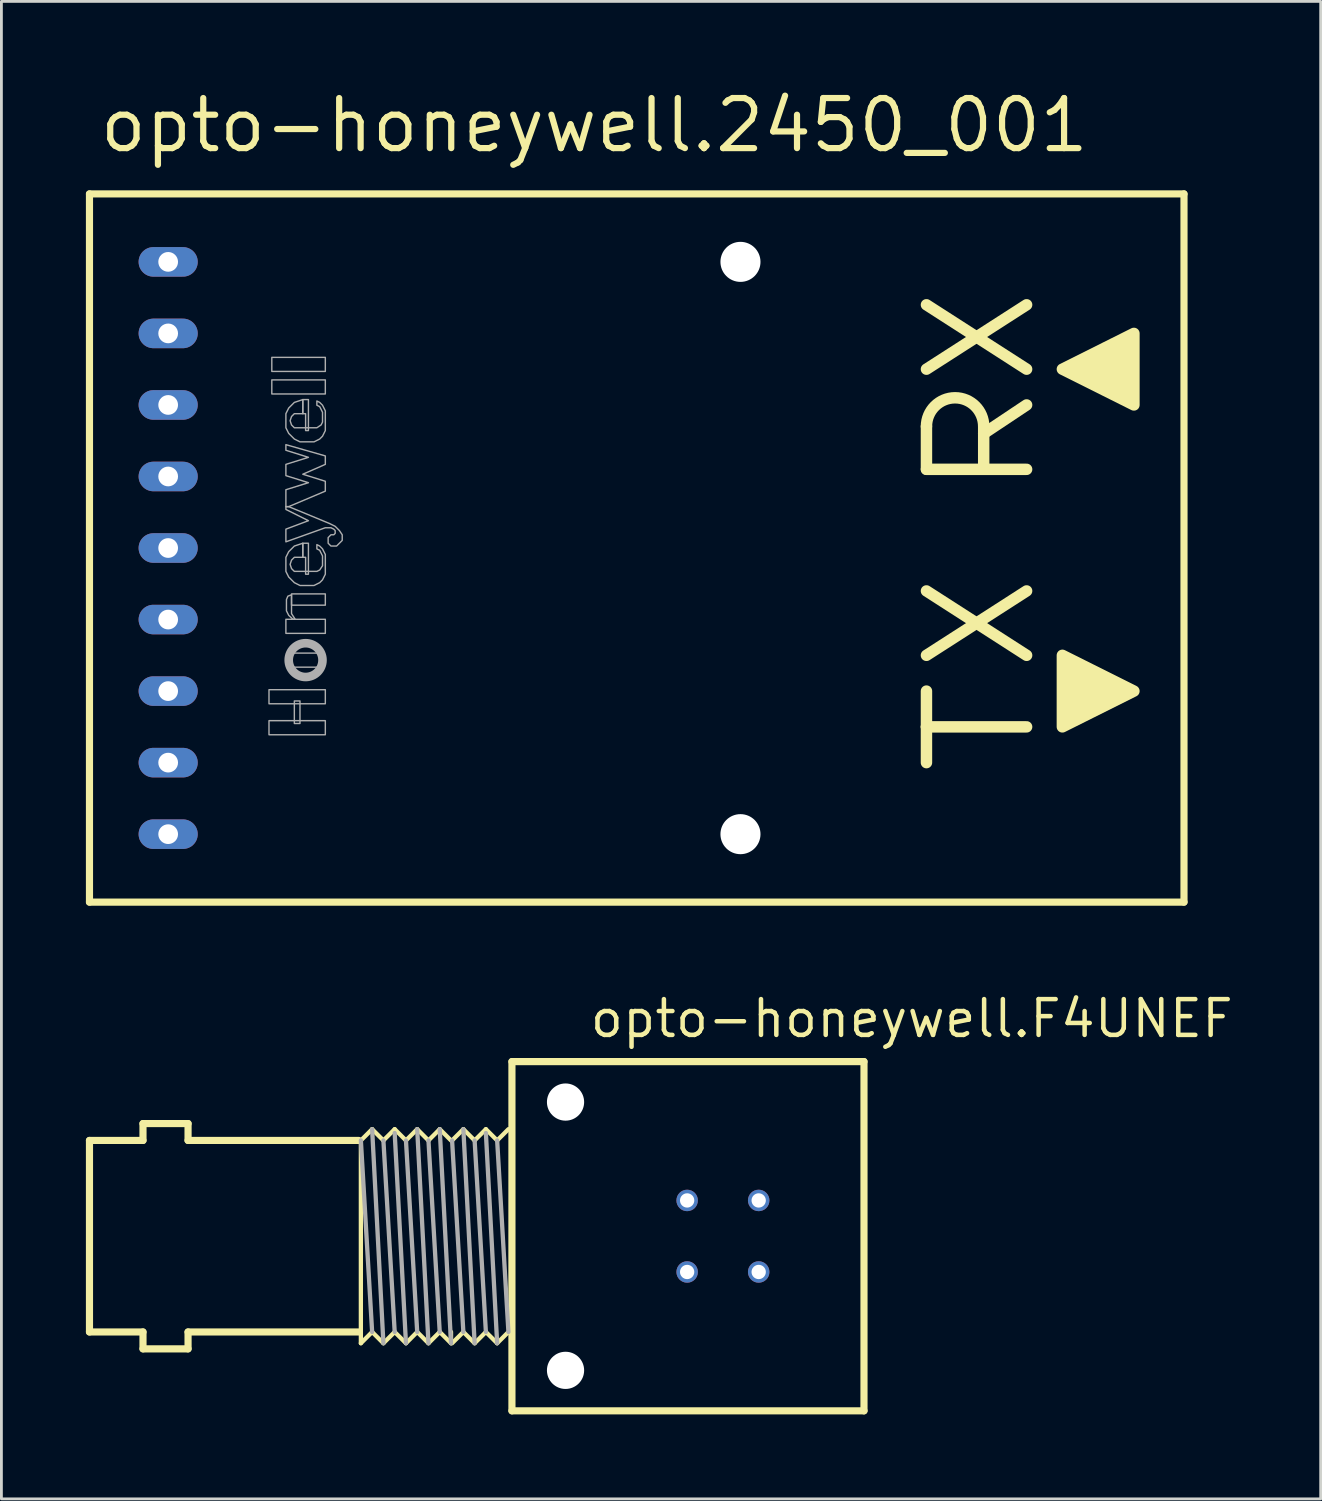
<source format=kicad_pcb>
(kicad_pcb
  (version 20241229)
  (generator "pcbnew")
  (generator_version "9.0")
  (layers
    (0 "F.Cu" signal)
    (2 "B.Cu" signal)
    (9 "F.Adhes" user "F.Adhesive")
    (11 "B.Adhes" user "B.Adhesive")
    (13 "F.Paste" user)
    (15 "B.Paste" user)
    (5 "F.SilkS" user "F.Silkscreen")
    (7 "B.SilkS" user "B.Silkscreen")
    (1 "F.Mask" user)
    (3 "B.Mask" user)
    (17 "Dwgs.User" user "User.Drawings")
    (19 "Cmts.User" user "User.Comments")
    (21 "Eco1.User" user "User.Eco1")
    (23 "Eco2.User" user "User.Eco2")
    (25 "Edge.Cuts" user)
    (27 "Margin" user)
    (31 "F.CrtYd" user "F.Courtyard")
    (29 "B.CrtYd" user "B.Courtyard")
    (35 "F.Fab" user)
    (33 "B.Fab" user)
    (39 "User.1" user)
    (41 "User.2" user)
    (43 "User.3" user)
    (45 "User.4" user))
  (footprint "opto-honeywell.2450_001"
    (layer "F.Cu")
    (at 18.161 16.408)
    (property "Reference" "opto-honeywell.2450_001" (at -17.78 -13.97 0) (layer "F.SilkS") (effects (font (size 1.778 1.778) (thickness 0.22)) (justify left bottom)))
    (attr through_hole)
    (fp_line (start -18.034 -12.573) (end 20.828 -12.573) (stroke (width 0.254) (type default)) (layer "F.SilkS"))
    (fp_line (start -18.034 12.573) (end -18.034 -12.573) (stroke (width 0.254) (type default)) (layer "F.SilkS"))
    (fp_line (start 11.684 -6.35) (end 15.24 -8.636) (stroke (width 0.406) (type default)) (layer "F.SilkS"))
    (fp_line (start 11.684 -2.794) (end 11.684 -4.318) (stroke (width 0.406) (type default)) (layer "F.SilkS"))
    (fp_line (start 11.684 1.524) (end 15.24 3.81) (stroke (width 0.406) (type default)) (layer "F.SilkS"))
    (fp_line (start 11.684 3.81) (end 15.24 1.524) (stroke (width 0.406) (type default)) (layer "F.SilkS"))
    (fp_line (start 11.684 6.35) (end 11.684 5.08) (stroke (width 0.406) (type default)) (layer "F.SilkS"))
    (fp_line (start 11.684 6.35) (end 15.24 6.35) (stroke (width 0.406) (type default)) (layer "F.SilkS"))
    (fp_line (start 11.684 7.62) (end 11.684 6.35) (stroke (width 0.406) (type default)) (layer "F.SilkS"))
    (fp_line (start 13.716 -4.318) (end 13.716 -4.064) (stroke (width 0.406) (type default)) (layer "F.SilkS"))
    (fp_line (start 13.716 -4.064) (end 13.716 -2.794) (stroke (width 0.406) (type default)) (layer "F.SilkS"))
    (fp_line (start 13.716 -4.064) (end 15.24 -5.08) (stroke (width 0.406) (type default)) (layer "F.SilkS"))
    (fp_line (start 13.716 -2.794) (end 11.684 -2.794) (stroke (width 0.406) (type default)) (layer "F.SilkS"))
    (fp_line (start 15.24 -6.35) (end 11.684 -8.636) (stroke (width 0.406) (type default)) (layer "F.SilkS"))
    (fp_line (start 15.24 -2.794) (end 13.716 -2.794) (stroke (width 0.406) (type default)) (layer "F.SilkS"))
    (fp_line (start 20.828 -12.573) (end 20.828 12.573) (stroke (width 0.254) (type default)) (layer "F.SilkS"))
    (fp_line (start 20.828 12.573) (end -18.034 12.573) (stroke (width 0.254) (type default)) (layer "F.SilkS"))
    (fp_arc (start 11.684 -4.318) (mid 12.7 -5.334) (end 13.716 -4.318) (stroke (width 0.4064) (type default)) (layer "F.SilkS"))
    (fp_poly (pts (xy 16.51 6.35) (xy 19.05 5.08) (xy 16.51 3.81)) (stroke (width 0.406) (type default)) (fill yes) (layer "F.SilkS"))
    (fp_poly (pts (xy 19.05 -7.62) (xy 16.51 -6.35) (xy 19.05 -5.08)) (stroke (width 0.406) (type default)) (fill yes) (layer "F.SilkS"))
    (fp_rect (start -11.66 5.53) (end -9.66 5.03) (stroke (width 0.05) (type default)) (fill no) (layer "F.Fab"))
    (fp_rect (start -11.66 6.63) (end -9.66 6.13) (stroke (width 0.05) (type default)) (fill no) (layer "F.Fab"))
    (fp_rect (start -11.56 -6.27) (end -9.66 -6.77) (stroke (width 0.05) (type default)) (fill no) (layer "F.Fab"))
    (fp_rect (start -11.56 -5.47) (end -9.66 -5.97) (stroke (width 0.05) (type default)) (fill no) (layer "F.Fab"))
    (fp_rect (start -11.06 3.03) (end -9.66 2.53) (stroke (width 0.05) (type default)) (fill no) (layer "F.Fab"))
    (fp_rect (start -10.86 2.03) (end -9.66 1.63) (stroke (width 0.05) (type default)) (fill no) (layer "F.Fab"))
    (fp_rect (start -10.81 3.73) (end -9.91 3.48) (stroke (width 0.05) (type default)) (fill no) (layer "F.Fab"))
    (fp_rect (start -10.81 4.48) (end -9.91 4.23) (stroke (width 0.05) (type default)) (fill no) (layer "F.Fab"))
    (fp_rect (start -10.76 6.23) (end -10.56 5.43) (stroke (width 0.05) (type default)) (fill no) (layer "F.Fab"))
    (fp_circle (center -10.36 3.98) (end -9.76 3.98) (stroke (width 0.305) (type default)) (fill no) (layer "F.Fab"))
    (fp_poly (pts (xy -10.26 -5.27) (xy -10.46 -5.27) (xy -10.46 -4.77) (xy -10.36 -4.77) (xy -10.36 -4.17) (xy -10.26 -4.17)) (stroke (width 0.05) (type default)) (fill no) (layer "F.Fab"))
    (fp_poly (pts (xy -10.26 -0.17) (xy -10.46 -0.17) (xy -10.46 0.33) (xy -10.36 0.33) (xy -10.36 0.93) (xy -10.26 0.93)) (stroke (width 0.05) (type default)) (fill no) (layer "F.Fab"))
    (fp_poly (pts (xy -10.73 2.53) (xy -10.86 2.33) (xy -10.86 1.66) (xy -10.99 1.71) (xy -11.04 1.83) (xy -11.04 2.23) (xy -10.96 2.39) (xy -10.81 2.53)) (stroke (width 0.05) (type default)) (fill no) (layer "F.Fab"))
    (fp_poly (pts (xy -11.06 -1.47) (xy -10.96 -1.47) (xy -9.66 -2.02) (xy -9.66 -2.37) (xy -10.46 -2.62) (xy -9.66 -2.97) (xy -9.66 -3.27) (xy -11.06 -3.67) (xy -11.06 -3.47) (xy -10.26 -3.22) (xy -11.06 -2.97) (xy -11.06 -2.57) (xy -10.26 -2.32) (xy -11.06 -2.07)) (stroke (width 0.05) (type default)) (fill no) (layer "F.Fab"))
    (fp_poly (pts (xy -11.06 -0.22) (xy -9.66 -0.72) (xy -9.46 -0.72) (xy -9.36 -0.67) (xy -9.31 -0.62) (xy -9.31 -0.52) (xy -9.36 -0.47) (xy -9.46 -0.47) (xy -9.56 -0.37) (xy -9.56 -0.17) (xy -9.46 -0.07) (xy -9.26 -0.07) (xy -9.06 -0.27) (xy -9.06 -0.47) (xy -9.16 -0.62) (xy -9.31 -0.77) (xy -9.51 -0.87) (xy -10.96 -1.47) (xy -11.06 -1.47) (xy -11.06 -1.37) (xy -10.26 -0.97) (xy -11.06 -0.67)) (stroke (width 0.05) (type default)) (fill no) (layer "F.Fab"))
    (fp_poly (pts (xy -10.46 -5.27) (xy -10.76 -5.17) (xy -10.96 -4.97) (xy -11.06 -4.77) (xy -11.06 -4.27) (xy -10.96 -4.07) (xy -10.76 -3.87) (xy -10.56 -3.77) (xy -10.06 -3.77) (xy -9.86 -3.87) (xy -9.76 -3.97) (xy -9.66 -4.17) (xy -9.66 -4.87) (xy -9.76 -5.07) (xy -9.86 -5.17) (xy -9.96 -5.22) (xy -9.96 -5.07) (xy -9.86 -5.02) (xy -9.76 -4.82) (xy -9.76 -4.47) (xy -9.81 -4.37) (xy -9.96 -4.27) (xy -10.76 -4.27) (xy -10.86 -4.37) (xy -10.91 -4.52) (xy -10.86 -4.67) (xy -10.76 -4.77) (xy -10.46 -4.77)) (stroke (width 0.05) (type default)) (fill no) (layer "F.Fab"))
    (fp_poly (pts (xy -10.46 -0.17) (xy -10.76 -0.07) (xy -10.96 0.13) (xy -11.06 0.33) (xy -11.06 0.83) (xy -10.96 1.03) (xy -10.76 1.23) (xy -10.56 1.33) (xy -10.06 1.33) (xy -9.86 1.23) (xy -9.76 1.13) (xy -9.66 0.93) (xy -9.66 0.23) (xy -9.76 0.03) (xy -9.86 -0.07) (xy -9.96 -0.12) (xy -9.96 0.03) (xy -9.86 0.08) (xy -9.76 0.28) (xy -9.76 0.63) (xy -9.86 0.78) (xy -9.96 0.83) (xy -10.76 0.83) (xy -10.86 0.73) (xy -10.91 0.58) (xy -10.86 0.43) (xy -10.76 0.33) (xy -10.46 0.33)) (stroke (width 0.05) (type default)) (fill no) (layer "F.Fab"))
    (pad "" np_thru_hole circle (at 5.08 -10.16) (size 1.422 1.422) (drill 1.422) (layers "*.Cu" "*.Mask"))
    (pad "" np_thru_hole circle (at 5.08 10.16) (size 1.422 1.422) (drill 1.422) (layers "*.Cu" "*.Mask"))
    (pad "1" thru_hole oval (at -15.24 -10.16) (size 2.1 1.05) (drill 0.7) (layers "*.Cu" "*.Mask"))
    (pad "2" thru_hole oval (at -15.24 -7.62) (size 2.1 1.05) (drill 0.7) (layers "*.Cu" "*.Mask"))
    (pad "3" thru_hole oval (at -15.24 -5.08) (size 2.1 1.05) (drill 0.7) (layers "*.Cu" "*.Mask"))
    (pad "4" thru_hole oval (at -15.24 -2.54) (size 2.1 1.05) (drill 0.7) (layers "*.Cu" "*.Mask"))
    (pad "5" thru_hole oval (at -15.24 0) (size 2.1 1.05) (drill 0.7) (layers "*.Cu" "*.Mask"))
    (pad "6" thru_hole oval (at -15.24 2.54) (size 2.1 1.05) (drill 0.7) (layers "*.Cu" "*.Mask"))
    (pad "7" thru_hole oval (at -15.24 5.08) (size 2.1 1.05) (drill 0.7) (layers "*.Cu" "*.Mask"))
    (pad "8" thru_hole oval (at -15.24 7.62) (size 2.1 1.05) (drill 0.7) (layers "*.Cu" "*.Mask"))
    (pad "9" thru_hole oval (at -15.24 10.16) (size 2.1 1.05) (drill 0.7) (layers "*.Cu" "*.Mask")))
  (footprint "opto-honeywell.F4UNEF"
    (layer "F.Cu")
    (at 17.182 40.843)
    (property "Reference" "opto-honeywell.F4UNEF" (at 0.635 -6.985 0) (layer "F.SilkS") (effects (font (size 1.27 1.27) (thickness 0.16)) (justify left bottom)))
    (attr through_hole)
    (fp_line (start -17.055 -3.4) (end -15.155 -3.4) (stroke (width 0.254) (type default)) (layer "F.SilkS"))
    (fp_line (start -17.055 3.4) (end -17.055 -3.4) (stroke (width 0.254) (type default)) (layer "F.SilkS"))
    (fp_line (start -15.155 -4) (end -13.555 -4) (stroke (width 0.254) (type default)) (layer "F.SilkS"))
    (fp_line (start -15.155 -3.4) (end -15.155 -4) (stroke (width 0.254) (type default)) (layer "F.SilkS"))
    (fp_line (start -15.155 3.4) (end -17.055 3.4) (stroke (width 0.254) (type default)) (layer "F.SilkS"))
    (fp_line (start -15.155 4) (end -15.155 3.4) (stroke (width 0.254) (type default)) (layer "F.SilkS"))
    (fp_line (start -13.555 -4) (end -13.555 -3.4) (stroke (width 0.254) (type default)) (layer "F.SilkS"))
    (fp_line (start -13.555 -3.4) (end -7.493 -3.4) (stroke (width 0.254) (type default)) (layer "F.SilkS"))
    (fp_line (start -13.555 3.4) (end -13.555 4) (stroke (width 0.254) (type default)) (layer "F.SilkS"))
    (fp_line (start -13.555 4) (end -15.155 4) (stroke (width 0.254) (type default)) (layer "F.SilkS"))
    (fp_line (start -7.493 3.4) (end -13.555 3.4) (stroke (width 0.254) (type default)) (layer "F.SilkS"))
    (fp_line (start -7.419 -3.4) (end -7.019 -3.8) (stroke (width 0.152) (type default)) (layer "F.SilkS"))
    (fp_line (start -7.419 3.8) (end -7.419 -3.331) (stroke (width 0.152) (type default)) (layer "F.SilkS"))
    (fp_line (start -7.419 3.8) (end -7.019 3.4) (stroke (width 0.152) (type default)) (layer "F.SilkS"))
    (fp_line (start -7.019 -3.8) (end -6.619 -3.4) (stroke (width 0.152) (type default)) (layer "F.SilkS"))
    (fp_line (start -7.019 3.4) (end -6.619 3.8) (stroke (width 0.152) (type default)) (layer "F.SilkS"))
    (fp_line (start -6.619 -3.4) (end -6.218 -3.8) (stroke (width 0.152) (type default)) (layer "F.SilkS"))
    (fp_line (start -6.619 3.8) (end -6.218 3.4) (stroke (width 0.152) (type default)) (layer "F.SilkS"))
    (fp_line (start -6.218 -3.8) (end -5.818 -3.4) (stroke (width 0.152) (type default)) (layer "F.SilkS"))
    (fp_line (start -6.218 3.4) (end -5.818 3.8) (stroke (width 0.152) (type default)) (layer "F.SilkS"))
    (fp_line (start -5.818 -3.4) (end -5.419 -3.8) (stroke (width 0.152) (type default)) (layer "F.SilkS"))
    (fp_line (start -5.818 3.8) (end -5.419 3.4) (stroke (width 0.152) (type default)) (layer "F.SilkS"))
    (fp_line (start -5.419 -3.8) (end -5.019 -3.4) (stroke (width 0.152) (type default)) (layer "F.SilkS"))
    (fp_line (start -5.419 3.4) (end -5.019 3.8) (stroke (width 0.152) (type default)) (layer "F.SilkS"))
    (fp_line (start -5.019 -3.4) (end -4.619 -3.8) (stroke (width 0.152) (type default)) (layer "F.SilkS"))
    (fp_line (start -5.019 3.8) (end -4.619 3.4) (stroke (width 0.152) (type default)) (layer "F.SilkS"))
    (fp_line (start -4.619 -3.8) (end -4.218 -3.4) (stroke (width 0.152) (type default)) (layer "F.SilkS"))
    (fp_line (start -4.619 3.4) (end -4.218 3.8) (stroke (width 0.152) (type default)) (layer "F.SilkS"))
    (fp_line (start -4.218 3.4) (end -4.218 3.8) (stroke (width 0.152) (type default)) (layer "F.SilkS"))
    (fp_line (start -4.18 -3.4) (end -3.78 -3.8) (stroke (width 0.152) (type default)) (layer "F.SilkS"))
    (fp_line (start -4.18 3.8) (end -3.78 3.4) (stroke (width 0.152) (type default)) (layer "F.SilkS"))
    (fp_line (start -3.78 -3.8) (end -3.38 -3.4) (stroke (width 0.152) (type default)) (layer "F.SilkS"))
    (fp_line (start -3.78 3.4) (end -3.38 3.8) (stroke (width 0.152) (type default)) (layer "F.SilkS"))
    (fp_line (start -3.38 -3.4) (end -2.98 -3.8) (stroke (width 0.152) (type default)) (layer "F.SilkS"))
    (fp_line (start -3.38 3.8) (end -2.98 3.4) (stroke (width 0.152) (type default)) (layer "F.SilkS"))
    (fp_line (start -2.98 -3.8) (end -2.58 -3.4) (stroke (width 0.152) (type default)) (layer "F.SilkS"))
    (fp_line (start -2.98 3.4) (end -2.58 3.8) (stroke (width 0.152) (type default)) (layer "F.SilkS"))
    (fp_line (start -2.58 -3.4) (end -2.18 -3.8) (stroke (width 0.152) (type default)) (layer "F.SilkS"))
    (fp_line (start -2.58 3.8) (end -2.18 3.4) (stroke (width 0.152) (type default)) (layer "F.SilkS"))
    (fp_line (start -2.055 -6.2) (end -2.055 6.2) (stroke (width 0.254) (type default)) (layer "F.SilkS"))
    (fp_line (start -2.055 -6.2) (end 10.445 -6.2) (stroke (width 0.254) (type default)) (layer "F.SilkS"))
    (fp_line (start 10.445 -6.2) (end 10.445 6.2) (stroke (width 0.254) (type default)) (layer "F.SilkS"))
    (fp_line (start 10.445 6.2) (end -2.055 6.2) (stroke (width 0.254) (type default)) (layer "F.SilkS"))
    (fp_line (start -7.419 -3.4) (end -7.019 3.4) (stroke (width 0.152) (type default)) (layer "F.Fab"))
    (fp_line (start -7.019 -3.8) (end -6.619 3.8) (stroke (width 0.152) (type default)) (layer "F.Fab"))
    (fp_line (start -6.619 -3.4) (end -6.218 3.4) (stroke (width 0.152) (type default)) (layer "F.Fab"))
    (fp_line (start -6.218 -3.663) (end -5.818 3.8) (stroke (width 0.152) (type default)) (layer "F.Fab"))
    (fp_line (start -5.818 -3.4) (end -5.419 3.4) (stroke (width 0.152) (type default)) (layer "F.Fab"))
    (fp_line (start -5.419 -3.8) (end -5.019 3.8) (stroke (width 0.152) (type default)) (layer "F.Fab"))
    (fp_line (start -5.019 -3.4) (end -4.619 3.4) (stroke (width 0.152) (type default)) (layer "F.Fab"))
    (fp_line (start -4.619 -3.8) (end -4.218 3.8) (stroke (width 0.152) (type default)) (layer "F.Fab"))
    (fp_line (start -4.18 -3.4) (end -3.78 3.4) (stroke (width 0.152) (type default)) (layer "F.Fab"))
    (fp_line (start -3.78 -3.8) (end -3.38 3.8) (stroke (width 0.152) (type default)) (layer "F.Fab"))
    (fp_line (start -3.38 -3.4) (end -2.98 3.4) (stroke (width 0.152) (type default)) (layer "F.Fab"))
    (fp_line (start -2.98 -3.663) (end -2.58 3.8) (stroke (width 0.152) (type default)) (layer "F.Fab"))
    (fp_line (start -2.58 -3.4) (end -2.18 3.4) (stroke (width 0.152) (type default)) (layer "F.Fab"))
    (pad "" np_thru_hole circle (at -0.152 -4.763) (size 1.321 1.321) (drill 1.321) (layers "*.Cu" "*.Mask"))
    (pad "" np_thru_hole circle (at -0.152 4.763) (size 1.321 1.321) (drill 1.321) (layers "*.Cu" "*.Mask"))
    (pad "1" thru_hole circle (at 6.706 1.27) (size 0.762 0.762) (drill 0.508) (layers "*.Cu" "*.Mask"))
    (pad "2" thru_hole circle (at 6.706 -1.27) (size 0.762 0.762) (drill 0.508) (layers "*.Cu" "*.Mask"))
    (pad "3" thru_hole circle (at 4.166 -1.27) (size 0.762 0.762) (drill 0.508) (layers "*.Cu" "*.Mask"))
    (pad "4" thru_hole circle (at 4.166 1.27) (size 0.762 0.762) (drill 0.508) (layers "*.Cu" "*.Mask")))
  (gr_rect
    (start -3 -3)
    (end 43.843 50.17)
    (stroke (width 0.1) (type default))
    (fill no)
    (layer "Edge.Cuts")))
</source>
